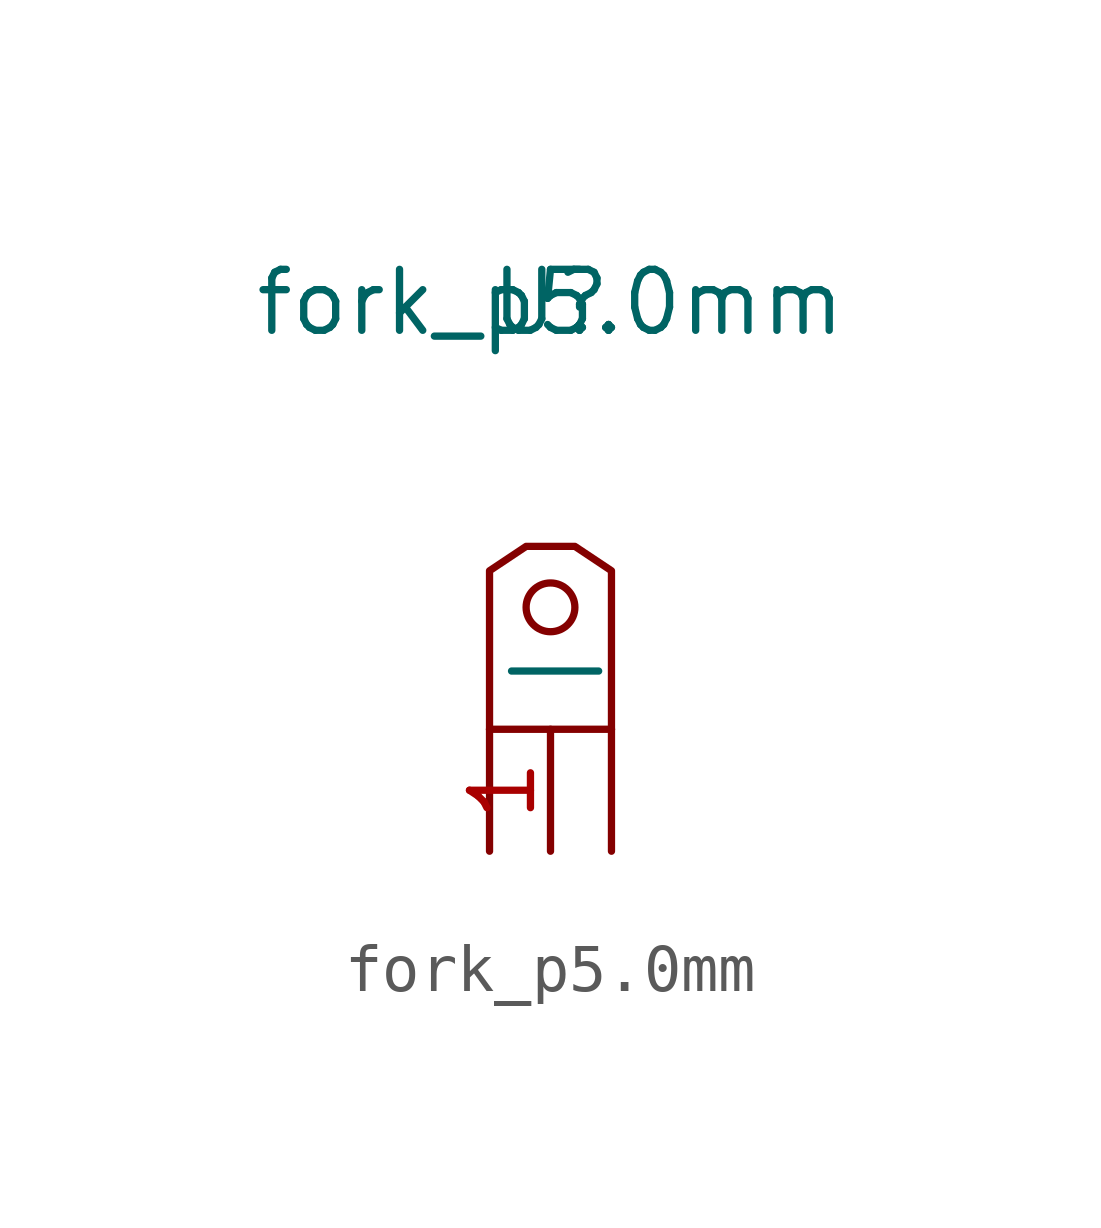
<source format=kicad_sym>
(kicad_symbol_lib
  (version 20211014)
  (generator kicad_symbol_editor)
  (symbol "fork_p5.0mm"
    (property "Reference" "U"
      (at 0 7.62 0)
      (effects (font (size 1.27 1.27))))
    (property "Value" "fork_p5.0mm"
      (at 0 7.62 0)
      (effects (font (size 1.27 1.27))))
    (symbol "fork_p5.0mm_0_1"
      (polyline (pts (xy -1.27 -1.27) (xy -1.27 -3.81)) (stroke (width 0.152) (type default) (color 0 0 0 0)) (fill (type none)))
      (polyline (pts (xy -1.27 -1.27) (xy 1.27 -1.27)) (stroke (width 0.152) (type default) (color 0 0 0 0)) (fill (type none)))
      (polyline (pts (xy 1.27 -1.27) (xy 1.27 -3.81)) (stroke (width 0.152) (type default) (color 0 0 0 0)) (fill (type none)))
      (polyline (pts (xy 1.27 -1.27) (xy 1.27 2.032) (xy 0.508 2.54) (xy -0.508 2.54) (xy -1.27 2.032) (xy -1.27 -1.27)) (stroke (width 0.152) (type default) (color 0 0 0 0)) (fill (type none)))
      (circle (center 0 1.27) (radius 0.508) (stroke (width 0.152) (type default) (color 0 0 0 0)) (fill (type none))))
    (symbol "fork_p5.0mm_1_1"
      (pin bidirectional line (at 0 -3.81 90) (length 2.54) (name "|" (effects (font (size 1.27 1.27)))) (number "1" (effects (font (size 1.27 1.27))))))))
</source>
